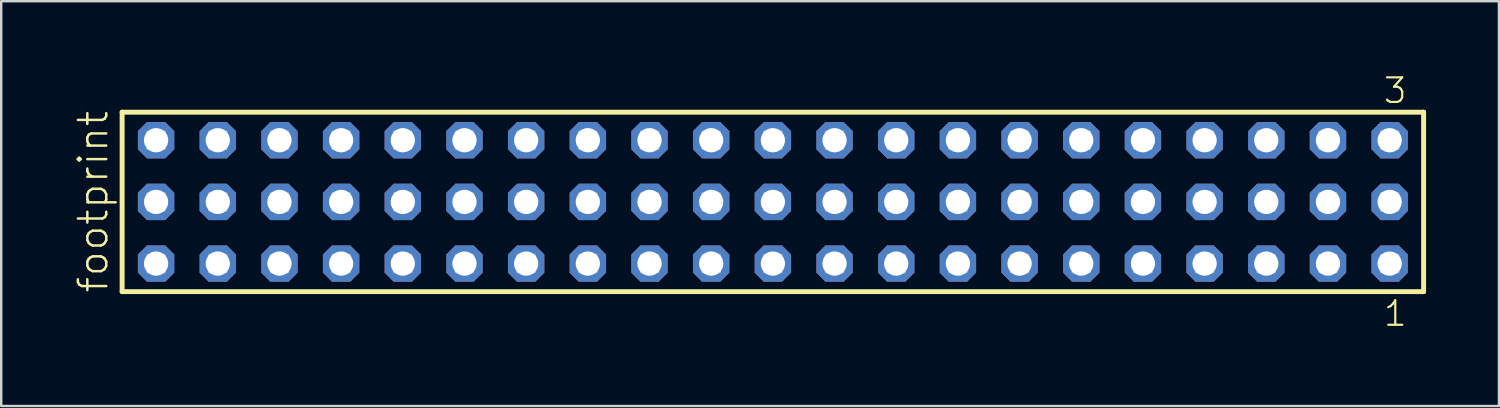
<source format=kicad_pcb>
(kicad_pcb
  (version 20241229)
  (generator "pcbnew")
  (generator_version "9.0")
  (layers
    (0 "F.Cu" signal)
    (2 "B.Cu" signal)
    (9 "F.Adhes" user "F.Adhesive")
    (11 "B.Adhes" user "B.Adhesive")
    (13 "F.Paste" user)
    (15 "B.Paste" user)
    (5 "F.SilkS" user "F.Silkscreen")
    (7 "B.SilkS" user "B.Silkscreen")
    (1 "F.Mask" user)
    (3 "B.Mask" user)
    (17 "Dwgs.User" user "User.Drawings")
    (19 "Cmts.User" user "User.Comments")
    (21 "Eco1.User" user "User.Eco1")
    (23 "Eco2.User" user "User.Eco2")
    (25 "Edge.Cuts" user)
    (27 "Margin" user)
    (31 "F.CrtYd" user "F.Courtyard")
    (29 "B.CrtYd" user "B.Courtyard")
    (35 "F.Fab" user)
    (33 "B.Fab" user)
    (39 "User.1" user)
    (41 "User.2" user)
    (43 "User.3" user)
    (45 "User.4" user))
  (footprint "footprint"
    (layer "F.Cu")
    (at 28.778 5.265)
    (property "Reference" "footprint" (at -27.305 3.81 90) (layer "F.SilkS") (effects (font (size 1.168 1.168) (thickness 0.102)) (justify left bottom)))
    (fp_line (start -26.799 -3.695) (end 26.799 -3.695) (stroke (width 0.203) (type solid)) (layer "F.SilkS"))
    (fp_line (start -26.799 3.695) (end -26.799 -3.695) (stroke (width 0.203) (type solid)) (layer "F.SilkS"))
    (fp_line (start 26.799 -3.695) (end 26.799 3.695) (stroke (width 0.203) (type solid)) (layer "F.SilkS"))
    (fp_line (start 26.799 3.695) (end -26.799 3.695) (stroke (width 0.203) (type solid)) (layer "F.SilkS"))
    (fp_poly (pts (xy -25.75 -2.19) (xy -25.05 -2.19) (xy -25.05 -2.89) (xy -25.75 -2.89)) (stroke (width 0.1) (type solid)) (fill no) (layer "F.Fab"))
    (fp_poly (pts (xy -25.75 0.35) (xy -25.05 0.35) (xy -25.05 -0.35) (xy -25.75 -0.35)) (stroke (width 0.1) (type solid)) (fill no) (layer "F.Fab"))
    (fp_poly (pts (xy -25.75 2.89) (xy -25.05 2.89) (xy -25.05 2.19) (xy -25.75 2.19)) (stroke (width 0.1) (type solid)) (fill no) (layer "F.Fab"))
    (fp_poly (pts (xy -23.21 -2.19) (xy -22.51 -2.19) (xy -22.51 -2.89) (xy -23.21 -2.89)) (stroke (width 0.1) (type solid)) (fill no) (layer "F.Fab"))
    (fp_poly (pts (xy -23.21 0.35) (xy -22.51 0.35) (xy -22.51 -0.35) (xy -23.21 -0.35)) (stroke (width 0.1) (type solid)) (fill no) (layer "F.Fab"))
    (fp_poly (pts (xy -23.21 2.89) (xy -22.51 2.89) (xy -22.51 2.19) (xy -23.21 2.19)) (stroke (width 0.1) (type solid)) (fill no) (layer "F.Fab"))
    (fp_poly (pts (xy -20.67 -2.19) (xy -19.97 -2.19) (xy -19.97 -2.89) (xy -20.67 -2.89)) (stroke (width 0.1) (type solid)) (fill no) (layer "F.Fab"))
    (fp_poly (pts (xy -20.67 0.35) (xy -19.97 0.35) (xy -19.97 -0.35) (xy -20.67 -0.35)) (stroke (width 0.1) (type solid)) (fill no) (layer "F.Fab"))
    (fp_poly (pts (xy -20.67 2.89) (xy -19.97 2.89) (xy -19.97 2.19) (xy -20.67 2.19)) (stroke (width 0.1) (type solid)) (fill no) (layer "F.Fab"))
    (fp_poly (pts (xy -18.13 -2.19) (xy -17.43 -2.19) (xy -17.43 -2.89) (xy -18.13 -2.89)) (stroke (width 0.1) (type solid)) (fill no) (layer "F.Fab"))
    (fp_poly (pts (xy -18.13 0.35) (xy -17.43 0.35) (xy -17.43 -0.35) (xy -18.13 -0.35)) (stroke (width 0.1) (type solid)) (fill no) (layer "F.Fab"))
    (fp_poly (pts (xy -18.13 2.89) (xy -17.43 2.89) (xy -17.43 2.19) (xy -18.13 2.19)) (stroke (width 0.1) (type solid)) (fill no) (layer "F.Fab"))
    (fp_poly (pts (xy -15.59 -2.19) (xy -14.89 -2.19) (xy -14.89 -2.89) (xy -15.59 -2.89)) (stroke (width 0.1) (type solid)) (fill no) (layer "F.Fab"))
    (fp_poly (pts (xy -15.59 0.35) (xy -14.89 0.35) (xy -14.89 -0.35) (xy -15.59 -0.35)) (stroke (width 0.1) (type solid)) (fill no) (layer "F.Fab"))
    (fp_poly (pts (xy -15.59 2.89) (xy -14.89 2.89) (xy -14.89 2.19) (xy -15.59 2.19)) (stroke (width 0.1) (type solid)) (fill no) (layer "F.Fab"))
    (fp_poly (pts (xy -13.05 -2.19) (xy -12.35 -2.19) (xy -12.35 -2.89) (xy -13.05 -2.89)) (stroke (width 0.1) (type solid)) (fill no) (layer "F.Fab"))
    (fp_poly (pts (xy -13.05 0.35) (xy -12.35 0.35) (xy -12.35 -0.35) (xy -13.05 -0.35)) (stroke (width 0.1) (type solid)) (fill no) (layer "F.Fab"))
    (fp_poly (pts (xy -13.05 2.89) (xy -12.35 2.89) (xy -12.35 2.19) (xy -13.05 2.19)) (stroke (width 0.1) (type solid)) (fill no) (layer "F.Fab"))
    (fp_poly (pts (xy -10.51 -2.19) (xy -9.81 -2.19) (xy -9.81 -2.89) (xy -10.51 -2.89)) (stroke (width 0.1) (type solid)) (fill no) (layer "F.Fab"))
    (fp_poly (pts (xy -10.51 0.35) (xy -9.81 0.35) (xy -9.81 -0.35) (xy -10.51 -0.35)) (stroke (width 0.1) (type solid)) (fill no) (layer "F.Fab"))
    (fp_poly (pts (xy -10.51 2.89) (xy -9.81 2.89) (xy -9.81 2.19) (xy -10.51 2.19)) (stroke (width 0.1) (type solid)) (fill no) (layer "F.Fab"))
    (fp_poly (pts (xy -7.97 -2.19) (xy -7.27 -2.19) (xy -7.27 -2.89) (xy -7.97 -2.89)) (stroke (width 0.1) (type solid)) (fill no) (layer "F.Fab"))
    (fp_poly (pts (xy -7.97 0.35) (xy -7.27 0.35) (xy -7.27 -0.35) (xy -7.97 -0.35)) (stroke (width 0.1) (type solid)) (fill no) (layer "F.Fab"))
    (fp_poly (pts (xy -7.97 2.89) (xy -7.27 2.89) (xy -7.27 2.19) (xy -7.97 2.19)) (stroke (width 0.1) (type solid)) (fill no) (layer "F.Fab"))
    (fp_poly (pts (xy -5.43 -2.19) (xy -4.73 -2.19) (xy -4.73 -2.89) (xy -5.43 -2.89)) (stroke (width 0.1) (type solid)) (fill no) (layer "F.Fab"))
    (fp_poly (pts (xy -5.43 0.35) (xy -4.73 0.35) (xy -4.73 -0.35) (xy -5.43 -0.35)) (stroke (width 0.1) (type solid)) (fill no) (layer "F.Fab"))
    (fp_poly (pts (xy -5.43 2.89) (xy -4.73 2.89) (xy -4.73 2.19) (xy -5.43 2.19)) (stroke (width 0.1) (type solid)) (fill no) (layer "F.Fab"))
    (fp_poly (pts (xy -2.89 -2.19) (xy -2.19 -2.19) (xy -2.19 -2.89) (xy -2.89 -2.89)) (stroke (width 0.1) (type solid)) (fill no) (layer "F.Fab"))
    (fp_poly (pts (xy -2.89 0.35) (xy -2.19 0.35) (xy -2.19 -0.35) (xy -2.89 -0.35)) (stroke (width 0.1) (type solid)) (fill no) (layer "F.Fab"))
    (fp_poly (pts (xy -2.89 2.89) (xy -2.19 2.89) (xy -2.19 2.19) (xy -2.89 2.19)) (stroke (width 0.1) (type solid)) (fill no) (layer "F.Fab"))
    (fp_poly (pts (xy -0.35 -2.19) (xy 0.35 -2.19) (xy 0.35 -2.89) (xy -0.35 -2.89)) (stroke (width 0.1) (type solid)) (fill no) (layer "F.Fab"))
    (fp_poly (pts (xy -0.35 0.35) (xy 0.35 0.35) (xy 0.35 -0.35) (xy -0.35 -0.35)) (stroke (width 0.1) (type solid)) (fill no) (layer "F.Fab"))
    (fp_poly (pts (xy -0.35 2.89) (xy 0.35 2.89) (xy 0.35 2.19) (xy -0.35 2.19)) (stroke (width 0.1) (type solid)) (fill no) (layer "F.Fab"))
    (fp_poly (pts (xy 2.19 -2.19) (xy 2.89 -2.19) (xy 2.89 -2.89) (xy 2.19 -2.89)) (stroke (width 0.1) (type solid)) (fill no) (layer "F.Fab"))
    (fp_poly (pts (xy 2.19 0.35) (xy 2.89 0.35) (xy 2.89 -0.35) (xy 2.19 -0.35)) (stroke (width 0.1) (type solid)) (fill no) (layer "F.Fab"))
    (fp_poly (pts (xy 2.19 2.89) (xy 2.89 2.89) (xy 2.89 2.19) (xy 2.19 2.19)) (stroke (width 0.1) (type solid)) (fill no) (layer "F.Fab"))
    (fp_poly (pts (xy 4.73 -2.19) (xy 5.43 -2.19) (xy 5.43 -2.89) (xy 4.73 -2.89)) (stroke (width 0.1) (type solid)) (fill no) (layer "F.Fab"))
    (fp_poly (pts (xy 4.73 0.35) (xy 5.43 0.35) (xy 5.43 -0.35) (xy 4.73 -0.35)) (stroke (width 0.1) (type solid)) (fill no) (layer "F.Fab"))
    (fp_poly (pts (xy 4.73 2.89) (xy 5.43 2.89) (xy 5.43 2.19) (xy 4.73 2.19)) (stroke (width 0.1) (type solid)) (fill no) (layer "F.Fab"))
    (fp_poly (pts (xy 7.27 -2.19) (xy 7.97 -2.19) (xy 7.97 -2.89) (xy 7.27 -2.89)) (stroke (width 0.1) (type solid)) (fill no) (layer "F.Fab"))
    (fp_poly (pts (xy 7.27 0.35) (xy 7.97 0.35) (xy 7.97 -0.35) (xy 7.27 -0.35)) (stroke (width 0.1) (type solid)) (fill no) (layer "F.Fab"))
    (fp_poly (pts (xy 7.27 2.89) (xy 7.97 2.89) (xy 7.97 2.19) (xy 7.27 2.19)) (stroke (width 0.1) (type solid)) (fill no) (layer "F.Fab"))
    (fp_poly (pts (xy 9.81 -2.19) (xy 10.51 -2.19) (xy 10.51 -2.89) (xy 9.81 -2.89)) (stroke (width 0.1) (type solid)) (fill no) (layer "F.Fab"))
    (fp_poly (pts (xy 9.81 0.35) (xy 10.51 0.35) (xy 10.51 -0.35) (xy 9.81 -0.35)) (stroke (width 0.1) (type solid)) (fill no) (layer "F.Fab"))
    (fp_poly (pts (xy 9.81 2.89) (xy 10.51 2.89) (xy 10.51 2.19) (xy 9.81 2.19)) (stroke (width 0.1) (type solid)) (fill no) (layer "F.Fab"))
    (fp_poly (pts (xy 12.35 -2.19) (xy 13.05 -2.19) (xy 13.05 -2.89) (xy 12.35 -2.89)) (stroke (width 0.1) (type solid)) (fill no) (layer "F.Fab"))
    (fp_poly (pts (xy 12.35 0.35) (xy 13.05 0.35) (xy 13.05 -0.35) (xy 12.35 -0.35)) (stroke (width 0.1) (type solid)) (fill no) (layer "F.Fab"))
    (fp_poly (pts (xy 12.35 2.89) (xy 13.05 2.89) (xy 13.05 2.19) (xy 12.35 2.19)) (stroke (width 0.1) (type solid)) (fill no) (layer "F.Fab"))
    (fp_poly (pts (xy 14.89 -2.19) (xy 15.59 -2.19) (xy 15.59 -2.89) (xy 14.89 -2.89)) (stroke (width 0.1) (type solid)) (fill no) (layer "F.Fab"))
    (fp_poly (pts (xy 14.89 0.35) (xy 15.59 0.35) (xy 15.59 -0.35) (xy 14.89 -0.35)) (stroke (width 0.1) (type solid)) (fill no) (layer "F.Fab"))
    (fp_poly (pts (xy 14.89 2.89) (xy 15.59 2.89) (xy 15.59 2.19) (xy 14.89 2.19)) (stroke (width 0.1) (type solid)) (fill no) (layer "F.Fab"))
    (fp_poly (pts (xy 17.43 -2.19) (xy 18.13 -2.19) (xy 18.13 -2.89) (xy 17.43 -2.89)) (stroke (width 0.1) (type solid)) (fill no) (layer "F.Fab"))
    (fp_poly (pts (xy 17.43 0.35) (xy 18.13 0.35) (xy 18.13 -0.35) (xy 17.43 -0.35)) (stroke (width 0.1) (type solid)) (fill no) (layer "F.Fab"))
    (fp_poly (pts (xy 17.43 2.89) (xy 18.13 2.89) (xy 18.13 2.19) (xy 17.43 2.19)) (stroke (width 0.1) (type solid)) (fill no) (layer "F.Fab"))
    (fp_poly (pts (xy 19.97 -2.19) (xy 20.67 -2.19) (xy 20.67 -2.89) (xy 19.97 -2.89)) (stroke (width 0.1) (type solid)) (fill no) (layer "F.Fab"))
    (fp_poly (pts (xy 19.97 0.35) (xy 20.67 0.35) (xy 20.67 -0.35) (xy 19.97 -0.35)) (stroke (width 0.1) (type solid)) (fill no) (layer "F.Fab"))
    (fp_poly (pts (xy 19.97 2.89) (xy 20.67 2.89) (xy 20.67 2.19) (xy 19.97 2.19)) (stroke (width 0.1) (type solid)) (fill no) (layer "F.Fab"))
    (fp_poly (pts (xy 22.51 -2.19) (xy 23.21 -2.19) (xy 23.21 -2.89) (xy 22.51 -2.89)) (stroke (width 0.1) (type solid)) (fill no) (layer "F.Fab"))
    (fp_poly (pts (xy 22.51 0.35) (xy 23.21 0.35) (xy 23.21 -0.35) (xy 22.51 -0.35)) (stroke (width 0.1) (type solid)) (fill no) (layer "F.Fab"))
    (fp_poly (pts (xy 22.51 2.89) (xy 23.21 2.89) (xy 23.21 2.19) (xy 22.51 2.19)) (stroke (width 0.1) (type solid)) (fill no) (layer "F.Fab"))
    (fp_poly (pts (xy 25.05 -2.19) (xy 25.75 -2.19) (xy 25.75 -2.89) (xy 25.05 -2.89)) (stroke (width 0.1) (type solid)) (fill no) (layer "F.Fab"))
    (fp_poly (pts (xy 25.05 0.35) (xy 25.75 0.35) (xy 25.75 -0.35) (xy 25.05 -0.35)) (stroke (width 0.1) (type solid)) (fill no) (layer "F.Fab"))
    (fp_poly (pts (xy 25.05 2.89) (xy 25.75 2.89) (xy 25.75 2.19) (xy 25.05 2.19)) (stroke (width 0.1) (type solid)) (fill no) (layer "F.Fab"))
    (fp_text user "3" (at 25.088 -3.989 0) (layer "F.SilkS") (effects (font (size 1.012 1.012) (thickness 0.088)) (justify left bottom)))
    (fp_text user "1" (at 25.092 5.188 0) (layer "F.SilkS") (effects (font (size 1.012 1.012) (thickness 0.088)) (justify left bottom)))
    (pad "1" thru_hole roundrect (at 25.4 2.54 180) (size 1.5 1.5) (drill 1) (layers "*.Cu" "*.Mask") (roundrect_rratio 0.25) (chamfer_ratio 0.25) (chamfer top_left top_right bottom_left bottom_right))
    (pad "2" thru_hole roundrect (at 25.4 0 180) (size 1.5 1.5) (drill 1) (layers "*.Cu" "*.Mask") (roundrect_rratio 0.25) (chamfer_ratio 0.25) (chamfer top_left top_right bottom_left bottom_right))
    (pad "3" thru_hole roundrect (at 25.4 -2.54 180) (size 1.5 1.5) (drill 1) (layers "*.Cu" "*.Mask") (roundrect_rratio 0.25) (chamfer_ratio 0.25) (chamfer top_left top_right bottom_left bottom_right))
    (pad "4" thru_hole roundrect (at 22.86 2.54 180) (size 1.5 1.5) (drill 1) (layers "*.Cu" "*.Mask") (roundrect_rratio 0.25) (chamfer_ratio 0.25) (chamfer top_left top_right bottom_left bottom_right))
    (pad "5" thru_hole roundrect (at 22.86 0 180) (size 1.5 1.5) (drill 1) (layers "*.Cu" "*.Mask") (roundrect_rratio 0.25) (chamfer_ratio 0.25) (chamfer top_left top_right bottom_left bottom_right))
    (pad "6" thru_hole roundrect (at 22.86 -2.54 180) (size 1.5 1.5) (drill 1) (layers "*.Cu" "*.Mask") (roundrect_rratio 0.25) (chamfer_ratio 0.25) (chamfer top_left top_right bottom_left bottom_right))
    (pad "7" thru_hole roundrect (at 20.32 2.54 180) (size 1.5 1.5) (drill 1) (layers "*.Cu" "*.Mask") (roundrect_rratio 0.25) (chamfer_ratio 0.25) (chamfer top_left top_right bottom_left bottom_right))
    (pad "8" thru_hole roundrect (at 20.32 0 180) (size 1.5 1.5) (drill 1) (layers "*.Cu" "*.Mask") (roundrect_rratio 0.25) (chamfer_ratio 0.25) (chamfer top_left top_right bottom_left bottom_right))
    (pad "9" thru_hole roundrect (at 20.32 -2.54 180) (size 1.5 1.5) (drill 1) (layers "*.Cu" "*.Mask") (roundrect_rratio 0.25) (chamfer_ratio 0.25) (chamfer top_left top_right bottom_left bottom_right))
    (pad "10" thru_hole roundrect (at 17.78 2.54 180) (size 1.5 1.5) (drill 1) (layers "*.Cu" "*.Mask") (roundrect_rratio 0.25) (chamfer_ratio 0.25) (chamfer top_left top_right bottom_left bottom_right))
    (pad "11" thru_hole roundrect (at 17.78 0 180) (size 1.5 1.5) (drill 1) (layers "*.Cu" "*.Mask") (roundrect_rratio 0.25) (chamfer_ratio 0.25) (chamfer top_left top_right bottom_left bottom_right))
    (pad "12" thru_hole roundrect (at 17.78 -2.54 180) (size 1.5 1.5) (drill 1) (layers "*.Cu" "*.Mask") (roundrect_rratio 0.25) (chamfer_ratio 0.25) (chamfer top_left top_right bottom_left bottom_right))
    (pad "13" thru_hole roundrect (at 15.24 2.54 180) (size 1.5 1.5) (drill 1) (layers "*.Cu" "*.Mask") (roundrect_rratio 0.25) (chamfer_ratio 0.25) (chamfer top_left top_right bottom_left bottom_right))
    (pad "14" thru_hole roundrect (at 15.24 0 180) (size 1.5 1.5) (drill 1) (layers "*.Cu" "*.Mask") (roundrect_rratio 0.25) (chamfer_ratio 0.25) (chamfer top_left top_right bottom_left bottom_right))
    (pad "15" thru_hole roundrect (at 15.24 -2.54 180) (size 1.5 1.5) (drill 1) (layers "*.Cu" "*.Mask") (roundrect_rratio 0.25) (chamfer_ratio 0.25) (chamfer top_left top_right bottom_left bottom_right))
    (pad "16" thru_hole roundrect (at 12.7 2.54 180) (size 1.5 1.5) (drill 1) (layers "*.Cu" "*.Mask") (roundrect_rratio 0.25) (chamfer_ratio 0.25) (chamfer top_left top_right bottom_left bottom_right))
    (pad "17" thru_hole roundrect (at 12.7 0 180) (size 1.5 1.5) (drill 1) (layers "*.Cu" "*.Mask") (roundrect_rratio 0.25) (chamfer_ratio 0.25) (chamfer top_left top_right bottom_left bottom_right))
    (pad "18" thru_hole roundrect (at 12.7 -2.54 180) (size 1.5 1.5) (drill 1) (layers "*.Cu" "*.Mask") (roundrect_rratio 0.25) (chamfer_ratio 0.25) (chamfer top_left top_right bottom_left bottom_right))
    (pad "19" thru_hole roundrect (at 10.16 2.54 180) (size 1.5 1.5) (drill 1) (layers "*.Cu" "*.Mask") (roundrect_rratio 0.25) (chamfer_ratio 0.25) (chamfer top_left top_right bottom_left bottom_right))
    (pad "20" thru_hole roundrect (at 10.16 0 180) (size 1.5 1.5) (drill 1) (layers "*.Cu" "*.Mask") (roundrect_rratio 0.25) (chamfer_ratio 0.25) (chamfer top_left top_right bottom_left bottom_right))
    (pad "21" thru_hole roundrect (at 10.16 -2.54 180) (size 1.5 1.5) (drill 1) (layers "*.Cu" "*.Mask") (roundrect_rratio 0.25) (chamfer_ratio 0.25) (chamfer top_left top_right bottom_left bottom_right))
    (pad "22" thru_hole roundrect (at 7.62 2.54 180) (size 1.5 1.5) (drill 1) (layers "*.Cu" "*.Mask") (roundrect_rratio 0.25) (chamfer_ratio 0.25) (chamfer top_left top_right bottom_left bottom_right))
    (pad "23" thru_hole roundrect (at 7.62 0 180) (size 1.5 1.5) (drill 1) (layers "*.Cu" "*.Mask") (roundrect_rratio 0.25) (chamfer_ratio 0.25) (chamfer top_left top_right bottom_left bottom_right))
    (pad "24" thru_hole roundrect (at 7.62 -2.54 180) (size 1.5 1.5) (drill 1) (layers "*.Cu" "*.Mask") (roundrect_rratio 0.25) (chamfer_ratio 0.25) (chamfer top_left top_right bottom_left bottom_right))
    (pad "25" thru_hole roundrect (at 5.08 2.54 180) (size 1.5 1.5) (drill 1) (layers "*.Cu" "*.Mask") (roundrect_rratio 0.25) (chamfer_ratio 0.25) (chamfer top_left top_right bottom_left bottom_right))
    (pad "26" thru_hole roundrect (at 5.08 0 180) (size 1.5 1.5) (drill 1) (layers "*.Cu" "*.Mask") (roundrect_rratio 0.25) (chamfer_ratio 0.25) (chamfer top_left top_right bottom_left bottom_right))
    (pad "27" thru_hole roundrect (at 5.08 -2.54 180) (size 1.5 1.5) (drill 1) (layers "*.Cu" "*.Mask") (roundrect_rratio 0.25) (chamfer_ratio 0.25) (chamfer top_left top_right bottom_left bottom_right))
    (pad "28" thru_hole roundrect (at 2.54 2.54 180) (size 1.5 1.5) (drill 1) (layers "*.Cu" "*.Mask") (roundrect_rratio 0.25) (chamfer_ratio 0.25) (chamfer top_left top_right bottom_left bottom_right))
    (pad "29" thru_hole roundrect (at 2.54 0 180) (size 1.5 1.5) (drill 1) (layers "*.Cu" "*.Mask") (roundrect_rratio 0.25) (chamfer_ratio 0.25) (chamfer top_left top_right bottom_left bottom_right))
    (pad "30" thru_hole roundrect (at 2.54 -2.54 180) (size 1.5 1.5) (drill 1) (layers "*.Cu" "*.Mask") (roundrect_rratio 0.25) (chamfer_ratio 0.25) (chamfer top_left top_right bottom_left bottom_right))
    (pad "31" thru_hole roundrect (at 0 2.54 180) (size 1.5 1.5) (drill 1) (layers "*.Cu" "*.Mask") (roundrect_rratio 0.25) (chamfer_ratio 0.25) (chamfer top_left top_right bottom_left bottom_right))
    (pad "32" thru_hole roundrect (at 0 0 180) (size 1.5 1.5) (drill 1) (layers "*.Cu" "*.Mask") (roundrect_rratio 0.25) (chamfer_ratio 0.25) (chamfer top_left top_right bottom_left bottom_right))
    (pad "33" thru_hole roundrect (at 0 -2.54 180) (size 1.5 1.5) (drill 1) (layers "*.Cu" "*.Mask") (roundrect_rratio 0.25) (chamfer_ratio 0.25) (chamfer top_left top_right bottom_left bottom_right))
    (pad "34" thru_hole roundrect (at -2.54 2.54 180) (size 1.5 1.5) (drill 1) (layers "*.Cu" "*.Mask") (roundrect_rratio 0.25) (chamfer_ratio 0.25) (chamfer top_left top_right bottom_left bottom_right))
    (pad "35" thru_hole roundrect (at -2.54 0 180) (size 1.5 1.5) (drill 1) (layers "*.Cu" "*.Mask") (roundrect_rratio 0.25) (chamfer_ratio 0.25) (chamfer top_left top_right bottom_left bottom_right))
    (pad "36" thru_hole roundrect (at -2.54 -2.54 180) (size 1.5 1.5) (drill 1) (layers "*.Cu" "*.Mask") (roundrect_rratio 0.25) (chamfer_ratio 0.25) (chamfer top_left top_right bottom_left bottom_right))
    (pad "37" thru_hole roundrect (at -5.08 2.54 180) (size 1.5 1.5) (drill 1) (layers "*.Cu" "*.Mask") (roundrect_rratio 0.25) (chamfer_ratio 0.25) (chamfer top_left top_right bottom_left bottom_right))
    (pad "38" thru_hole roundrect (at -5.08 0 180) (size 1.5 1.5) (drill 1) (layers "*.Cu" "*.Mask") (roundrect_rratio 0.25) (chamfer_ratio 0.25) (chamfer top_left top_right bottom_left bottom_right))
    (pad "39" thru_hole roundrect (at -5.08 -2.54 180) (size 1.5 1.5) (drill 1) (layers "*.Cu" "*.Mask") (roundrect_rratio 0.25) (chamfer_ratio 0.25) (chamfer top_left top_right bottom_left bottom_right))
    (pad "40" thru_hole roundrect (at -7.62 2.54 180) (size 1.5 1.5) (drill 1) (layers "*.Cu" "*.Mask") (roundrect_rratio 0.25) (chamfer_ratio 0.25) (chamfer top_left top_right bottom_left bottom_right))
    (pad "41" thru_hole roundrect (at -7.62 0 180) (size 1.5 1.5) (drill 1) (layers "*.Cu" "*.Mask") (roundrect_rratio 0.25) (chamfer_ratio 0.25) (chamfer top_left top_right bottom_left bottom_right))
    (pad "42" thru_hole roundrect (at -7.62 -2.54 180) (size 1.5 1.5) (drill 1) (layers "*.Cu" "*.Mask") (roundrect_rratio 0.25) (chamfer_ratio 0.25) (chamfer top_left top_right bottom_left bottom_right))
    (pad "43" thru_hole roundrect (at -10.16 2.54 180) (size 1.5 1.5) (drill 1) (layers "*.Cu" "*.Mask") (roundrect_rratio 0.25) (chamfer_ratio 0.25) (chamfer top_left top_right bottom_left bottom_right))
    (pad "44" thru_hole roundrect (at -10.16 0 180) (size 1.5 1.5) (drill 1) (layers "*.Cu" "*.Mask") (roundrect_rratio 0.25) (chamfer_ratio 0.25) (chamfer top_left top_right bottom_left bottom_right))
    (pad "45" thru_hole roundrect (at -10.16 -2.54 180) (size 1.5 1.5) (drill 1) (layers "*.Cu" "*.Mask") (roundrect_rratio 0.25) (chamfer_ratio 0.25) (chamfer top_left top_right bottom_left bottom_right))
    (pad "46" thru_hole roundrect (at -12.7 2.54 180) (size 1.5 1.5) (drill 1) (layers "*.Cu" "*.Mask") (roundrect_rratio 0.25) (chamfer_ratio 0.25) (chamfer top_left top_right bottom_left bottom_right))
    (pad "47" thru_hole roundrect (at -12.7 0 180) (size 1.5 1.5) (drill 1) (layers "*.Cu" "*.Mask") (roundrect_rratio 0.25) (chamfer_ratio 0.25) (chamfer top_left top_right bottom_left bottom_right))
    (pad "48" thru_hole roundrect (at -12.7 -2.54 180) (size 1.5 1.5) (drill 1) (layers "*.Cu" "*.Mask") (roundrect_rratio 0.25) (chamfer_ratio 0.25) (chamfer top_left top_right bottom_left bottom_right))
    (pad "49" thru_hole roundrect (at -15.24 2.54 180) (size 1.5 1.5) (drill 1) (layers "*.Cu" "*.Mask") (roundrect_rratio 0.25) (chamfer_ratio 0.25) (chamfer top_left top_right bottom_left bottom_right))
    (pad "50" thru_hole roundrect (at -15.24 0 180) (size 1.5 1.5) (drill 1) (layers "*.Cu" "*.Mask") (roundrect_rratio 0.25) (chamfer_ratio 0.25) (chamfer top_left top_right bottom_left bottom_right))
    (pad "51" thru_hole roundrect (at -15.24 -2.54 180) (size 1.5 1.5) (drill 1) (layers "*.Cu" "*.Mask") (roundrect_rratio 0.25) (chamfer_ratio 0.25) (chamfer top_left top_right bottom_left bottom_right))
    (pad "52" thru_hole roundrect (at -17.78 2.54 180) (size 1.5 1.5) (drill 1) (layers "*.Cu" "*.Mask") (roundrect_rratio 0.25) (chamfer_ratio 0.25) (chamfer top_left top_right bottom_left bottom_right))
    (pad "53" thru_hole roundrect (at -17.78 0 180) (size 1.5 1.5) (drill 1) (layers "*.Cu" "*.Mask") (roundrect_rratio 0.25) (chamfer_ratio 0.25) (chamfer top_left top_right bottom_left bottom_right))
    (pad "54" thru_hole roundrect (at -17.78 -2.54 180) (size 1.5 1.5) (drill 1) (layers "*.Cu" "*.Mask") (roundrect_rratio 0.25) (chamfer_ratio 0.25) (chamfer top_left top_right bottom_left bottom_right))
    (pad "55" thru_hole roundrect (at -20.32 2.54 180) (size 1.5 1.5) (drill 1) (layers "*.Cu" "*.Mask") (roundrect_rratio 0.25) (chamfer_ratio 0.25) (chamfer top_left top_right bottom_left bottom_right))
    (pad "56" thru_hole roundrect (at -20.32 0 180) (size 1.5 1.5) (drill 1) (layers "*.Cu" "*.Mask") (roundrect_rratio 0.25) (chamfer_ratio 0.25) (chamfer top_left top_right bottom_left bottom_right))
    (pad "57" thru_hole roundrect (at -20.32 -2.54 180) (size 1.5 1.5) (drill 1) (layers "*.Cu" "*.Mask") (roundrect_rratio 0.25) (chamfer_ratio 0.25) (chamfer top_left top_right bottom_left bottom_right))
    (pad "58" thru_hole roundrect (at -22.86 2.54 180) (size 1.5 1.5) (drill 1) (layers "*.Cu" "*.Mask") (roundrect_rratio 0.25) (chamfer_ratio 0.25) (chamfer top_left top_right bottom_left bottom_right))
    (pad "59" thru_hole roundrect (at -22.86 0 180) (size 1.5 1.5) (drill 1) (layers "*.Cu" "*.Mask") (roundrect_rratio 0.25) (chamfer_ratio 0.25) (chamfer top_left top_right bottom_left bottom_right))
    (pad "60" thru_hole roundrect (at -22.86 -2.54 180) (size 1.5 1.5) (drill 1) (layers "*.Cu" "*.Mask") (roundrect_rratio 0.25) (chamfer_ratio 0.25) (chamfer top_left top_right bottom_left bottom_right))
    (pad "61" thru_hole roundrect (at -25.4 2.54 180) (size 1.5 1.5) (drill 1) (layers "*.Cu" "*.Mask") (roundrect_rratio 0.25) (chamfer_ratio 0.25) (chamfer top_left top_right bottom_left bottom_right))
    (pad "62" thru_hole roundrect (at -25.4 0 180) (size 1.5 1.5) (drill 1) (layers "*.Cu" "*.Mask") (roundrect_rratio 0.25) (chamfer_ratio 0.25) (chamfer top_left top_right bottom_left bottom_right))
    (pad "63" thru_hole roundrect (at -25.4 -2.54 180) (size 1.5 1.5) (drill 1) (layers "*.Cu" "*.Mask") (roundrect_rratio 0.25) (chamfer_ratio 0.25) (chamfer top_left top_right bottom_left bottom_right)))
  (gr_rect
    (start -3 -3)
    (end 58.679 13.67)
    (stroke (width 0.1) (type default))
    (fill no)
    (layer "Edge.Cuts")))
</source>
